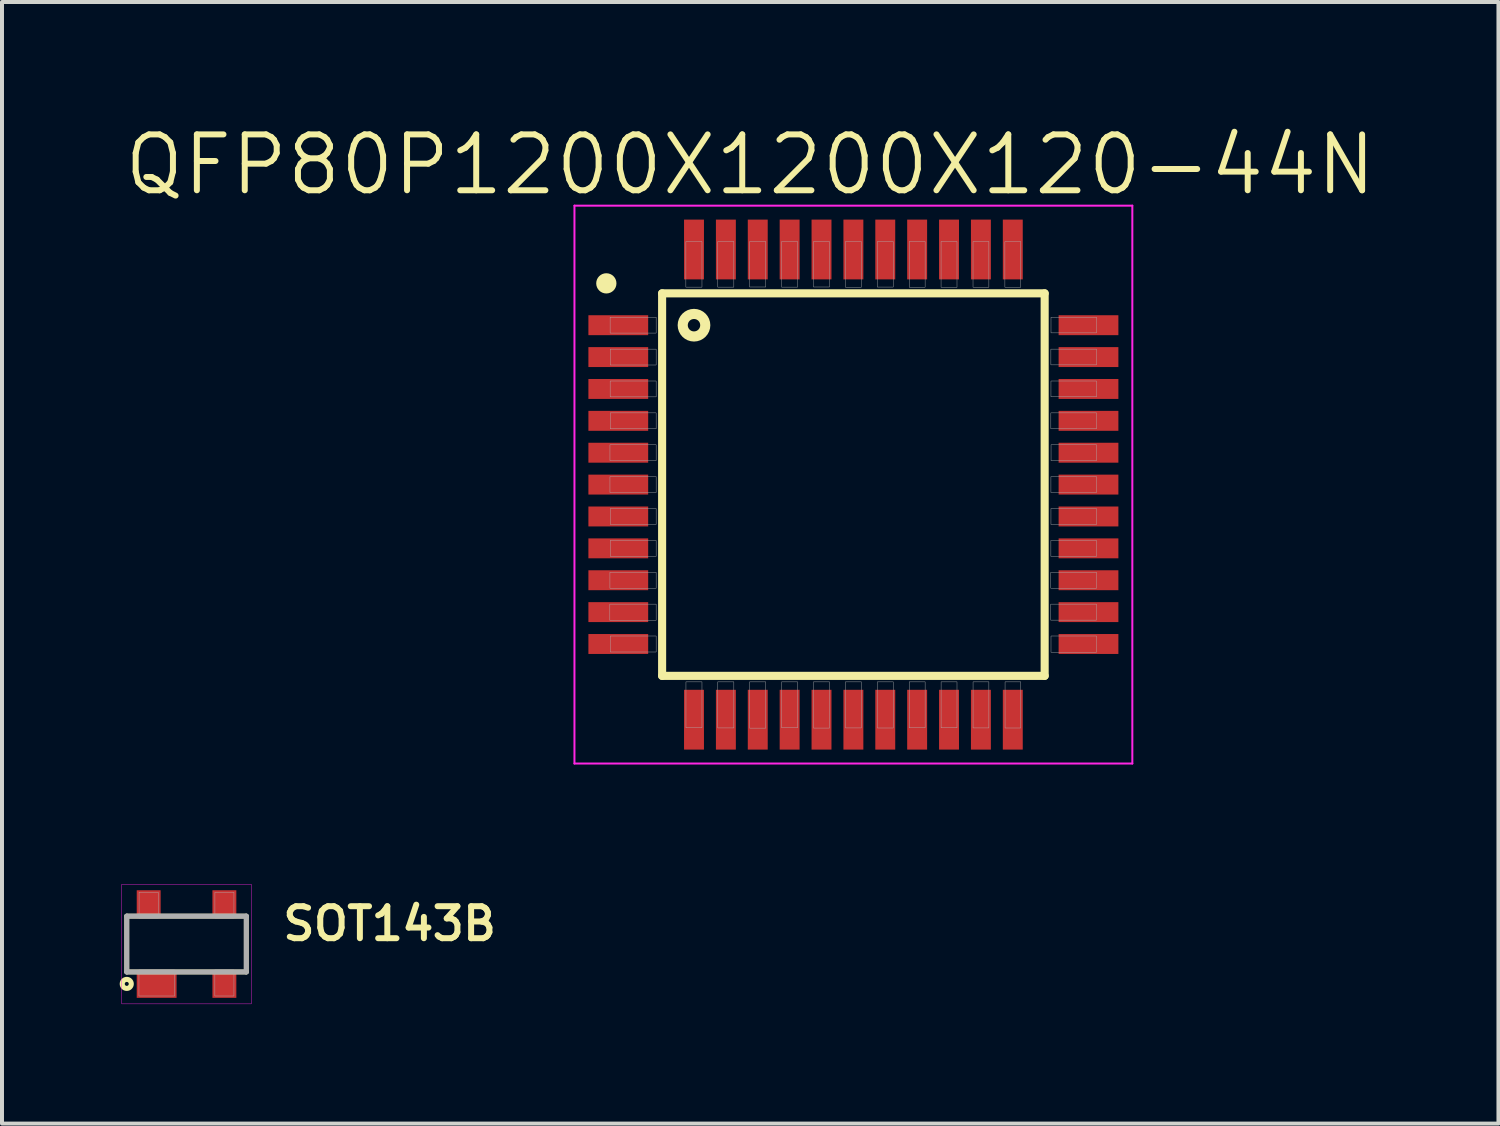
<source format=kicad_pcb>
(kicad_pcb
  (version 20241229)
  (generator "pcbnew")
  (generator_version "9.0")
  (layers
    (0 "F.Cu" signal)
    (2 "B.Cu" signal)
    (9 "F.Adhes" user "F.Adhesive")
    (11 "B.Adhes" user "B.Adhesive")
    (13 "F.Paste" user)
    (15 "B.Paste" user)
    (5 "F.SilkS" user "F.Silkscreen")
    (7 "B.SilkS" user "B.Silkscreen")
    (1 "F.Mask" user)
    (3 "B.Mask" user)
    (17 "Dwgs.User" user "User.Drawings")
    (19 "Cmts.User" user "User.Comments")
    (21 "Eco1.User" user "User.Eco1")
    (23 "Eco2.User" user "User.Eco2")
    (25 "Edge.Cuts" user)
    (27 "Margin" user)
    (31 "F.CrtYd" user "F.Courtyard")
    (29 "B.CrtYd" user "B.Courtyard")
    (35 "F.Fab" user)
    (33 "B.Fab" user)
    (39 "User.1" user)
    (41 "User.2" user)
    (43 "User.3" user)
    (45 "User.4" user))
  (footprint "QFP80P1200X1200X120-44N"
    (layer "F.Cu")
    (at 18.366 9.111)
    (property "Reference" "QFP80P1200X1200X120-44N" (at -2.589 -8.027 0) (layer "F.SilkS") (effects (font (size 1.402 1.402) (thickness 0.15))))
    (attr through_hole)
    (fp_line (start -4.8 -4.8) (end 4.8 -4.8) (stroke (width 0.203) (type solid)) (layer "F.SilkS"))
    (fp_line (start -4.8 4.8) (end -4.8 -4.8) (stroke (width 0.203) (type solid)) (layer "F.SilkS"))
    (fp_line (start 4.8 -4.8) (end 4.8 4.8) (stroke (width 0.203) (type solid)) (layer "F.SilkS"))
    (fp_line (start 4.8 4.8) (end -4.8 4.8) (stroke (width 0.203) (type solid)) (layer "F.SilkS"))
    (fp_circle (center -6.2 -5.05) (end -5.946 -5.05) (stroke (width 0) (type solid)) (fill yes) (layer "F.SilkS"))
    (fp_circle (center -4 -4) (end -3.717 -4) (stroke (width 0.254) (type solid)) (fill no) (layer "F.SilkS"))
    (fp_line (start -7 -7) (end 7 -7) (stroke (width 0.05) (type solid)) (layer "F.CrtYd"))
    (fp_line (start -7 7) (end -7 -7) (stroke (width 0.05) (type solid)) (layer "F.CrtYd"))
    (fp_line (start 7 -7) (end 7 7) (stroke (width 0.05) (type solid)) (layer "F.CrtYd"))
    (fp_line (start 7 7) (end -7 7) (stroke (width 0.05) (type solid)) (layer "F.CrtYd"))
    (fp_poly (pts (xy -6.112 3) (xy -4.95 3) (xy -4.95 3.407) (xy -6.112 3.407)) (stroke (width 0.01) (type solid)) (fill no) (layer "F.Fab"))
    (fp_poly (pts (xy -6.11 2.2) (xy -4.95 2.2) (xy -4.95 2.604) (xy -6.11 2.604)) (stroke (width 0.01) (type solid)) (fill no) (layer "F.Fab"))
    (fp_poly (pts (xy -6.109 -1) (xy -4.95 -1) (xy -4.95 -0.601) (xy -6.109 -0.601)) (stroke (width 0.01) (type solid)) (fill no) (layer "F.Fab"))
    (fp_poly (pts (xy -6.109 -0.2) (xy -4.95 -0.2) (xy -4.95 0.2) (xy -6.109 0.2)) (stroke (width 0.01) (type solid)) (fill no) (layer "F.Fab"))
    (fp_poly (pts (xy -6.105 -4.2) (xy -4.95 -4.2) (xy -4.95 -3.803) (xy -6.105 -3.803)) (stroke (width 0.01) (type solid)) (fill no) (layer "F.Fab"))
    (fp_poly (pts (xy -6.104 -2.6) (xy -4.95 -2.6) (xy -4.95 -2.201) (xy -6.104 -2.201)) (stroke (width 0.01) (type solid)) (fill no) (layer "F.Fab"))
    (fp_poly (pts (xy -6.102 1.4) (xy -4.95 1.4) (xy -4.95 1.801) (xy -6.102 1.801)) (stroke (width 0.01) (type solid)) (fill no) (layer "F.Fab"))
    (fp_poly (pts (xy -6.102 -1.8) (xy -4.95 -1.8) (xy -4.95 -1.4) (xy -6.102 -1.4)) (stroke (width 0.01) (type solid)) (fill no) (layer "F.Fab"))
    (fp_poly (pts (xy -6.102 3.8) (xy -4.95 3.8) (xy -4.95 4.201) (xy -6.102 4.201)) (stroke (width 0.01) (type solid)) (fill no) (layer "F.Fab"))
    (fp_poly (pts (xy -6.102 -3.4) (xy -4.95 -3.4) (xy -4.95 -3.001) (xy -6.102 -3.001)) (stroke (width 0.01) (type solid)) (fill no) (layer "F.Fab"))
    (fp_poly (pts (xy -6.1 0.6) (xy -4.95 0.6) (xy -4.95 1) (xy -6.1 1)) (stroke (width 0.01) (type solid)) (fill no) (layer "F.Fab"))
    (fp_poly (pts (xy -4.204 -6.1) (xy -3.8 -6.1) (xy -3.8 -4.955) (xy -4.204 -4.955)) (stroke (width 0.01) (type solid)) (fill no) (layer "F.Fab"))
    (fp_poly (pts (xy -4.202 4.95) (xy -3.8 4.95) (xy -3.8 6.103) (xy -4.202 6.103)) (stroke (width 0.01) (type solid)) (fill no) (layer "F.Fab"))
    (fp_poly (pts (xy -3.404 -6.1) (xy -3 -6.1) (xy -3 -4.956) (xy -3.404 -4.956)) (stroke (width 0.01) (type solid)) (fill no) (layer "F.Fab"))
    (fp_poly (pts (xy -3.404 4.95) (xy -3 4.95) (xy -3 6.107) (xy -3.404 6.107)) (stroke (width 0.01) (type solid)) (fill no) (layer "F.Fab"))
    (fp_poly (pts (xy -2.605 4.95) (xy -2.2 4.95) (xy -2.2 6.112) (xy -2.605 6.112)) (stroke (width 0.01) (type solid)) (fill no) (layer "F.Fab"))
    (fp_poly (pts (xy -2.604 -6.1) (xy -2.2 -6.1) (xy -2.2 -4.958) (xy -2.604 -4.958)) (stroke (width 0.01) (type solid)) (fill no) (layer "F.Fab"))
    (fp_poly (pts (xy -1.802 -6.1) (xy -1.4 -6.1) (xy -1.4 -4.956) (xy -1.802 -4.956)) (stroke (width 0.01) (type solid)) (fill no) (layer "F.Fab"))
    (fp_poly (pts (xy -1.801 4.95) (xy -1.4 4.95) (xy -1.4 6.103) (xy -1.801 6.103)) (stroke (width 0.01) (type solid)) (fill no) (layer "F.Fab"))
    (fp_poly (pts (xy -1.002 -6.1) (xy -0.6 -6.1) (xy -0.6 -4.959) (xy -1.002 -4.959)) (stroke (width 0.01) (type solid)) (fill no) (layer "F.Fab"))
    (fp_poly (pts (xy -1.002 4.95) (xy -0.6 4.95) (xy -0.6 6.11) (xy -1.002 6.11)) (stroke (width 0.01) (type solid)) (fill no) (layer "F.Fab"))
    (fp_poly (pts (xy -0.2 4.95) (xy 0.2 4.95) (xy 0.2 6.106) (xy -0.2 6.106)) (stroke (width 0.01) (type solid)) (fill no) (layer "F.Fab"))
    (fp_poly (pts (xy -0.2 -6.1) (xy 0.2 -6.1) (xy 0.2 -4.954) (xy -0.2 -4.954)) (stroke (width 0.01) (type solid)) (fill no) (layer "F.Fab"))
    (fp_poly (pts (xy 0.601 4.95) (xy 1 4.95) (xy 1 6.109) (xy 0.601 6.109)) (stroke (width 0.01) (type solid)) (fill no) (layer "F.Fab"))
    (fp_poly (pts (xy 0.601 -6.1) (xy 1 -6.1) (xy 1 -4.957) (xy 0.601 -4.957)) (stroke (width 0.01) (type solid)) (fill no) (layer "F.Fab"))
    (fp_poly (pts (xy 1.401 4.95) (xy 1.8 4.95) (xy 1.8 6.104) (xy 1.401 6.104)) (stroke (width 0.01) (type solid)) (fill no) (layer "F.Fab"))
    (fp_poly (pts (xy 1.401 -6.1) (xy 1.8 -6.1) (xy 1.8 -4.954) (xy 1.401 -4.954)) (stroke (width 0.01) (type solid)) (fill no) (layer "F.Fab"))
    (fp_poly (pts (xy 2.2 -6.1) (xy 2.6 -6.1) (xy 2.6 -4.951) (xy 2.2 -4.951)) (stroke (width 0.01) (type solid)) (fill no) (layer "F.Fab"))
    (fp_poly (pts (xy 2.201 4.95) (xy 2.6 4.95) (xy 2.6 6.104) (xy 2.201 6.104)) (stroke (width 0.01) (type solid)) (fill no) (layer "F.Fab"))
    (fp_poly (pts (xy 3.002 -6.1) (xy 3.4 -6.1) (xy 3.4 -4.953) (xy 3.002 -4.953)) (stroke (width 0.01) (type solid)) (fill no) (layer "F.Fab"))
    (fp_poly (pts (xy 3.003 4.95) (xy 3.4 4.95) (xy 3.4 6.106) (xy 3.003 6.106)) (stroke (width 0.01) (type solid)) (fill no) (layer "F.Fab"))
    (fp_poly (pts (xy 3.802 -6.1) (xy 4.2 -6.1) (xy 4.2 -4.953) (xy 3.802 -4.953)) (stroke (width 0.01) (type solid)) (fill no) (layer "F.Fab"))
    (fp_poly (pts (xy 3.806 4.95) (xy 4.2 4.95) (xy 4.2 6.109) (xy 3.806 6.109)) (stroke (width 0.01) (type solid)) (fill no) (layer "F.Fab"))
    (fp_poly (pts (xy 4.951 3) (xy 6.1 3) (xy 6.1 3.401) (xy 4.951 3.401)) (stroke (width 0.01) (type solid)) (fill no) (layer "F.Fab"))
    (fp_poly (pts (xy 4.954 2.2) (xy 6.1 2.2) (xy 6.1 2.602) (xy 4.954 2.602)) (stroke (width 0.01) (type solid)) (fill no) (layer "F.Fab"))
    (fp_poly (pts (xy 4.955 -1.8) (xy 6.1 -1.8) (xy 6.1 -1.401) (xy 4.955 -1.401)) (stroke (width 0.01) (type solid)) (fill no) (layer "F.Fab"))
    (fp_poly (pts (xy 4.956 1.4) (xy 6.1 1.4) (xy 6.1 1.802) (xy 4.956 1.802)) (stroke (width 0.01) (type solid)) (fill no) (layer "F.Fab"))
    (fp_poly (pts (xy 4.956 -3.4) (xy 6.1 -3.4) (xy 6.1 -3.004) (xy 4.956 -3.004)) (stroke (width 0.01) (type solid)) (fill no) (layer "F.Fab"))
    (fp_poly (pts (xy 4.957 -0.2) (xy 6.1 -0.2) (xy 6.1 0.2) (xy 4.957 0.2)) (stroke (width 0.01) (type solid)) (fill no) (layer "F.Fab"))
    (fp_poly (pts (xy 4.958 -2.6) (xy 6.1 -2.6) (xy 6.1 -2.203) (xy 4.958 -2.203)) (stroke (width 0.01) (type solid)) (fill no) (layer "F.Fab"))
    (fp_poly (pts (xy 4.958 0.6) (xy 6.1 0.6) (xy 6.1 1.002) (xy 4.958 1.002)) (stroke (width 0.01) (type solid)) (fill no) (layer "F.Fab"))
    (fp_poly (pts (xy 4.959 -4.2) (xy 6.1 -4.2) (xy 6.1 -3.807) (xy 4.959 -3.807)) (stroke (width 0.01) (type solid)) (fill no) (layer "F.Fab"))
    (fp_poly (pts (xy 4.959 3.8) (xy 6.1 3.8) (xy 6.1 4.208) (xy 4.959 4.208)) (stroke (width 0.01) (type solid)) (fill no) (layer "F.Fab"))
    (fp_poly (pts (xy 4.96 -1) (xy 6.1 -1) (xy 6.1 -0.601) (xy 4.96 -0.601)) (stroke (width 0.01) (type solid)) (fill no) (layer "F.Fab"))
    (pad "1" smd rect (at -5.9 -4) (size 1.5 0.5) (layers "F.Cu" "F.Mask" "F.Paste"))
    (pad "2" smd rect (at -5.9 -3.2) (size 1.5 0.5) (layers "F.Cu" "F.Mask" "F.Paste"))
    (pad "3" smd rect (at -5.9 -2.4) (size 1.5 0.5) (layers "F.Cu" "F.Mask" "F.Paste"))
    (pad "4" smd rect (at -5.9 -1.6) (size 1.5 0.5) (layers "F.Cu" "F.Mask" "F.Paste"))
    (pad "5" smd rect (at -5.9 -0.8) (size 1.5 0.5) (layers "F.Cu" "F.Mask" "F.Paste"))
    (pad "6" smd rect (at -5.9 0) (size 1.5 0.5) (layers "F.Cu" "F.Mask" "F.Paste"))
    (pad "7" smd rect (at -5.9 0.8) (size 1.5 0.5) (layers "F.Cu" "F.Mask" "F.Paste"))
    (pad "8" smd rect (at -5.9 1.6) (size 1.5 0.5) (layers "F.Cu" "F.Mask" "F.Paste"))
    (pad "9" smd rect (at -5.9 2.4) (size 1.5 0.5) (layers "F.Cu" "F.Mask" "F.Paste"))
    (pad "10" smd rect (at -5.9 3.2) (size 1.5 0.5) (layers "F.Cu" "F.Mask" "F.Paste"))
    (pad "11" smd rect (at -5.9 4) (size 1.5 0.5) (layers "F.Cu" "F.Mask" "F.Paste"))
    (pad "12" smd rect (at -4 5.9) (size 0.5 1.5) (layers "F.Cu" "F.Mask" "F.Paste"))
    (pad "13" smd rect (at -3.2 5.9) (size 0.5 1.5) (layers "F.Cu" "F.Mask" "F.Paste"))
    (pad "14" smd rect (at -2.4 5.9) (size 0.5 1.5) (layers "F.Cu" "F.Mask" "F.Paste"))
    (pad "15" smd rect (at -1.6 5.9) (size 0.5 1.5) (layers "F.Cu" "F.Mask" "F.Paste"))
    (pad "16" smd rect (at -0.8 5.9) (size 0.5 1.5) (layers "F.Cu" "F.Mask" "F.Paste"))
    (pad "17" smd rect (at 0 5.9) (size 0.5 1.5) (layers "F.Cu" "F.Mask" "F.Paste"))
    (pad "18" smd rect (at 0.8 5.9) (size 0.5 1.5) (layers "F.Cu" "F.Mask" "F.Paste"))
    (pad "19" smd rect (at 1.6 5.9) (size 0.5 1.5) (layers "F.Cu" "F.Mask" "F.Paste"))
    (pad "20" smd rect (at 2.4 5.9) (size 0.5 1.5) (layers "F.Cu" "F.Mask" "F.Paste"))
    (pad "21" smd rect (at 3.2 5.9) (size 0.5 1.5) (layers "F.Cu" "F.Mask" "F.Paste"))
    (pad "22" smd rect (at 4 5.9) (size 0.5 1.5) (layers "F.Cu" "F.Mask" "F.Paste"))
    (pad "23" smd rect (at 5.9 4) (size 1.5 0.5) (layers "F.Cu" "F.Mask" "F.Paste"))
    (pad "24" smd rect (at 5.9 3.2) (size 1.5 0.5) (layers "F.Cu" "F.Mask" "F.Paste"))
    (pad "25" smd rect (at 5.9 2.4) (size 1.5 0.5) (layers "F.Cu" "F.Mask" "F.Paste"))
    (pad "26" smd rect (at 5.9 1.6) (size 1.5 0.5) (layers "F.Cu" "F.Mask" "F.Paste"))
    (pad "27" smd rect (at 5.9 0.8) (size 1.5 0.5) (layers "F.Cu" "F.Mask" "F.Paste"))
    (pad "28" smd rect (at 5.9 0) (size 1.5 0.5) (layers "F.Cu" "F.Mask" "F.Paste"))
    (pad "29" smd rect (at 5.9 -0.8) (size 1.5 0.5) (layers "F.Cu" "F.Mask" "F.Paste"))
    (pad "30" smd rect (at 5.9 -1.6) (size 1.5 0.5) (layers "F.Cu" "F.Mask" "F.Paste"))
    (pad "31" smd rect (at 5.9 -2.4) (size 1.5 0.5) (layers "F.Cu" "F.Mask" "F.Paste"))
    (pad "32" smd rect (at 5.9 -3.2) (size 1.5 0.5) (layers "F.Cu" "F.Mask" "F.Paste"))
    (pad "33" smd rect (at 5.9 -4) (size 1.5 0.5) (layers "F.Cu" "F.Mask" "F.Paste"))
    (pad "34" smd rect (at 4 -5.9) (size 0.5 1.5) (layers "F.Cu" "F.Mask" "F.Paste"))
    (pad "35" smd rect (at 3.2 -5.9) (size 0.5 1.5) (layers "F.Cu" "F.Mask" "F.Paste"))
    (pad "36" smd rect (at 2.4 -5.9) (size 0.5 1.5) (layers "F.Cu" "F.Mask" "F.Paste"))
    (pad "37" smd rect (at 1.6 -5.9) (size 0.5 1.5) (layers "F.Cu" "F.Mask" "F.Paste"))
    (pad "38" smd rect (at 0.8 -5.9) (size 0.5 1.5) (layers "F.Cu" "F.Mask" "F.Paste"))
    (pad "39" smd rect (at 0 -5.9) (size 0.5 1.5) (layers "F.Cu" "F.Mask" "F.Paste"))
    (pad "40" smd rect (at -0.8 -5.9) (size 0.5 1.5) (layers "F.Cu" "F.Mask" "F.Paste"))
    (pad "41" smd rect (at -1.6 -5.9) (size 0.5 1.5) (layers "F.Cu" "F.Mask" "F.Paste"))
    (pad "42" smd rect (at -2.4 -5.9) (size 0.5 1.5) (layers "F.Cu" "F.Mask" "F.Paste"))
    (pad "43" smd rect (at -3.2 -5.9) (size 0.5 1.5) (layers "F.Cu" "F.Mask" "F.Paste"))
    (pad "44" smd rect (at -4 -5.9) (size 0.5 1.5) (layers "F.Cu" "F.Mask" "F.Paste")))
  (footprint "SOT143B"
    (layer "F.Cu")
    (at 1.631 20.641)
    (property "Reference" "SOT143B" (at 5.096 -0.51 0) (layer "F.SilkS") (effects (font (size 0.803 0.803) (thickness 0.15))))
    (attr through_hole)
    (fp_line (start -1.5 -0.7) (end 1.5 -0.7) (stroke (width 0.12) (type solid)) (layer "F.SilkS"))
    (fp_line (start -1.5 0.7) (end -1.5 -0.7) (stroke (width 0.12) (type solid)) (layer "F.SilkS"))
    (fp_line (start 1.5 -0.7) (end 1.5 0.7) (stroke (width 0.12) (type solid)) (layer "F.SilkS"))
    (fp_line (start 1.5 0.7) (end -1.5 0.7) (stroke (width 0.12) (type solid)) (layer "F.SilkS"))
    (fp_circle (center -1.5 1) (end -1.45 1) (stroke (width 0.127) (type solid)) (fill no) (layer "F.SilkS"))
    (fp_poly (pts (xy -1.202 -1.3) (xy -0.7 -1.3) (xy -0.7 -0.701) (xy -1.202 -0.701)) (stroke (width 0.01) (type solid)) (fill yes) (layer "F.Paste"))
    (fp_poly (pts (xy -1.202 0.7) (xy -0.3 0.7) (xy -0.3 1.302) (xy -1.202 1.302)) (stroke (width 0.01) (type solid)) (fill yes) (layer "F.Paste"))
    (fp_poly (pts (xy 0.701 0.7) (xy 1.2 0.7) (xy 1.2 1.301) (xy 0.701 1.301)) (stroke (width 0.01) (type solid)) (fill yes) (layer "F.Paste"))
    (fp_poly (pts (xy 0.701 -1.3) (xy 1.2 -1.3) (xy 1.2 -0.701) (xy 0.701 -0.701)) (stroke (width 0.01) (type solid)) (fill yes) (layer "F.Paste"))
    (fp_poly (pts (xy -1.626 -1.5) (xy 1.625 -1.5) (xy 1.625 1.501) (xy -1.626 1.501)) (stroke (width 0.01) (type solid)) (fill no) (layer "F.CrtYd"))
    (fp_line (start -1.5 -0.7) (end 1.5 -0.7) (stroke (width 0.127) (type solid)) (layer "F.Fab"))
    (fp_line (start -1.5 0.7) (end -1.5 -0.7) (stroke (width 0.127) (type solid)) (layer "F.Fab"))
    (fp_line (start 1.5 -0.7) (end 1.5 0.7) (stroke (width 0.127) (type solid)) (layer "F.Fab"))
    (fp_line (start 1.5 0.7) (end -1.5 0.7) (stroke (width 0.127) (type solid)) (layer "F.Fab"))
    (fp_poly (pts (xy -1.194 0.65) (xy -0.3 0.65) (xy -0.3 1.304) (xy -1.194 1.304)) (stroke (width 0.01) (type solid)) (fill no) (layer "F.Fab"))
    (fp_poly (pts (xy -1.191 -1.3) (xy -0.71 -1.3) (xy -0.71 -0.651) (xy -1.191 -0.651)) (stroke (width 0.01) (type solid)) (fill no) (layer "F.Fab"))
    (fp_poly (pts (xy 0.711 0.65) (xy 1.19 0.65) (xy 1.19 1.303) (xy 0.711 1.303)) (stroke (width 0.01) (type solid)) (fill no) (layer "F.Fab"))
    (fp_poly (pts (xy 0.712 -1.3) (xy 1.19 -1.3) (xy 1.19 -0.652) (xy 0.712 -0.652)) (stroke (width 0.01) (type solid)) (fill no) (layer "F.Fab"))
    (pad "1" smd rect (at -0.75 1) (size 1 0.7) (layers "F.Cu" "F.Mask" "F.Paste"))
    (pad "2" smd rect (at 0.95 1) (size 0.6 0.7) (layers "F.Cu" "F.Mask" "F.Paste"))
    (pad "3" smd rect (at 0.95 -1) (size 0.6 0.7) (layers "F.Cu" "F.Mask" "F.Paste"))
    (pad "4" smd rect (at -0.95 -1) (size 0.6 0.7) (layers "F.Cu" "F.Mask" "F.Paste")))
  (gr_rect
    (start -3 -3)
    (end 34.554 25.146)
    (stroke (width 0.1) (type default))
    (fill no)
    (layer "Edge.Cuts")))
</source>
